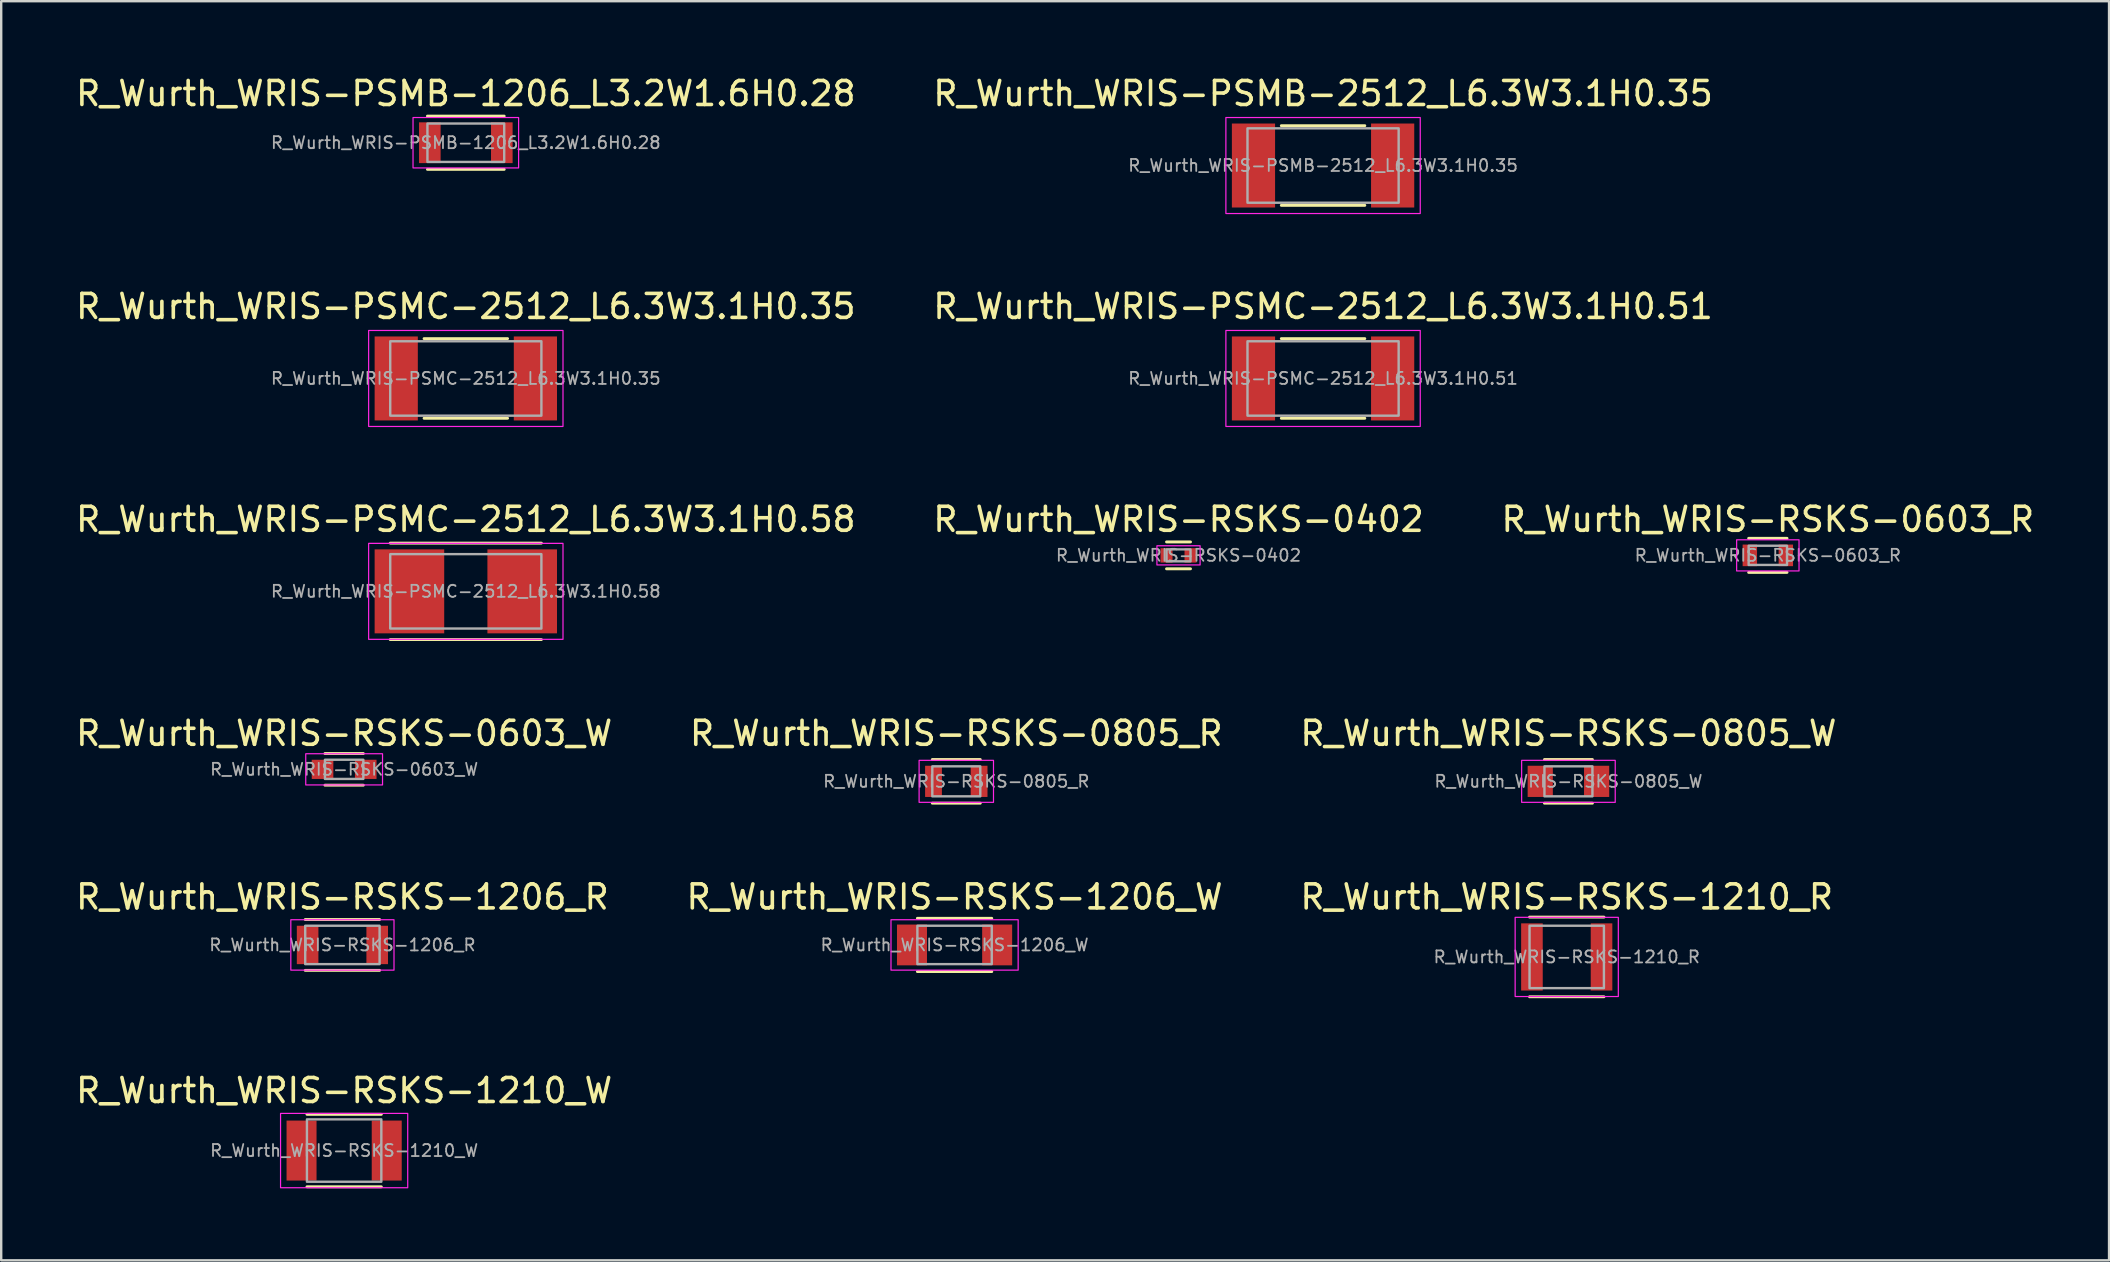
<source format=kicad_pcb>
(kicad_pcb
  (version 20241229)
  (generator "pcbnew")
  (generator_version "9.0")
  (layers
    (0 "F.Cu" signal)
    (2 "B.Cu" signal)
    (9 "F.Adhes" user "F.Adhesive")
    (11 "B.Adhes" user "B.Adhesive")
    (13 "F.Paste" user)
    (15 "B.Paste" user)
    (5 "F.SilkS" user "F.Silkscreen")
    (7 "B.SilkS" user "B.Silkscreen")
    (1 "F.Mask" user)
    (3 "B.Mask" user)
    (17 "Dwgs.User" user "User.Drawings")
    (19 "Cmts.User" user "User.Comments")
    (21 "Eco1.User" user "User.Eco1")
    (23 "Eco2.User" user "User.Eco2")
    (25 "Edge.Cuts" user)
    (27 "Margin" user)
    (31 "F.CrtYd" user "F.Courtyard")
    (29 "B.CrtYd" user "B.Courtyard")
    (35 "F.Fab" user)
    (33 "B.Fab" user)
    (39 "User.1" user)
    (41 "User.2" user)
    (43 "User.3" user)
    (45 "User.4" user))
  (footprint "R_Wurth_WRIS-RSKS-0603_R"
    (layer "F.Cu")
    (at 70.625 20.095)
    (property "Reference" "R_Wurth_WRIS-RSKS-0603_R" (at 0 -1.5 0) (unlocked yes) (layer "F.SilkS") (effects (font (size 1 1) (thickness 0.15))))
    (attr smd)
    (fp_line (start -0.8 -0.71) (end 0.8 -0.71) (stroke (width 0.12) (type solid)) (layer "F.SilkS"))
    (fp_line (start -0.8 0.71) (end 0.8 0.71) (stroke (width 0.12) (type solid)) (layer "F.SilkS"))
    (fp_rect (start -1.3 -0.65) (end 1.3 0.65) (stroke (width 0.05) (type solid)) (fill no) (layer "F.CrtYd"))
    (fp_rect (start -0.8 -0.4) (end 0.8 0.4) (stroke (width 0.1) (type default)) (fill no) (layer "F.Fab"))
    (fp_text user "${REFERENCE}" (at 0 0 0) (unlocked yes) (layer "F.Fab") (effects (font (size 0.5 0.5) (thickness 0.075))))
    (pad "1" smd rect (at -0.75 0) (size 0.6 0.9) (layers "F.Cu" "F.Mask" "F.Paste"))
    (pad "2" smd rect (at 0.75 0) (size 0.6 0.9) (layers "F.Cu" "F.Mask" "F.Paste")))
  (footprint "R_Wurth_WRIS-RSKS-1210_W"
    (layer "F.Cu")
    (at 11.292 44.9)
    (property "Reference" "R_Wurth_WRIS-RSKS-1210_W" (at 0 -2.5 0) (unlocked yes) (layer "F.SilkS") (effects (font (size 1 1) (thickness 0.15))))
    (attr smd)
    (fp_line (start -1.55 -1.51) (end 1.55 -1.51) (stroke (width 0.12) (type solid)) (layer "F.SilkS"))
    (fp_line (start -1.55 1.51) (end 1.55 1.51) (stroke (width 0.12) (type solid)) (layer "F.SilkS"))
    (fp_rect (start -2.65 -1.55) (end 2.65 1.55) (stroke (width 0.05) (type solid)) (fill no) (layer "F.CrtYd"))
    (fp_rect (start -1.55 -1.3) (end 1.55 1.3) (stroke (width 0.1) (type default)) (fill no) (layer "F.Fab"))
    (fp_text user "${REFERENCE}" (at 0 0 0) (unlocked yes) (layer "F.Fab") (effects (font (size 0.5 0.5) (thickness 0.075))))
    (pad "1" smd rect (at -1.775 0) (size 1.25 2.5) (layers "F.Cu" "F.Mask" "F.Paste"))
    (pad "2" smd rect (at 1.775 0) (size 1.25 2.5) (layers "F.Cu" "F.Mask" "F.Paste")))
  (footprint "R_Wurth_WRIS-RSKS-0805_R"
    (layer "F.Cu")
    (at 36.804 29.513)
    (property "Reference" "R_Wurth_WRIS-RSKS-0805_R" (at 0 -2 0) (unlocked yes) (layer "F.SilkS") (effects (font (size 1 1) (thickness 0.15))))
    (attr smd)
    (fp_line (start -1 -0.91) (end 1 -0.91) (stroke (width 0.12) (type solid)) (layer "F.SilkS"))
    (fp_line (start -1 0.91) (end 1 0.91) (stroke (width 0.12) (type solid)) (layer "F.SilkS"))
    (fp_rect (start -1.55 -0.875) (end 1.55 0.875) (stroke (width 0.05) (type solid)) (fill no) (layer "F.CrtYd"))
    (fp_rect (start -1 -0.625) (end 1 0.625) (stroke (width 0.1) (type default)) (fill no) (layer "F.Fab"))
    (fp_text user "${REFERENCE}" (at 0 0 0) (unlocked yes) (layer "F.Fab") (effects (font (size 0.5 0.5) (thickness 0.075))))
    (pad "1" smd rect (at -0.95 0) (size 0.7 1.3) (layers "F.Cu" "F.Mask" "F.Paste"))
    (pad "2" smd rect (at 0.95 0) (size 0.7 1.3) (layers "F.Cu" "F.Mask" "F.Paste")))
  (footprint "R_Wurth_WRIS-RSKS-1206_W"
    (layer "F.Cu")
    (at 36.732 36.331)
    (property "Reference" "R_Wurth_WRIS-RSKS-1206_W" (at 0 -2 0) (unlocked yes) (layer "F.SilkS") (effects (font (size 1 1) (thickness 0.15))))
    (attr smd)
    (fp_line (start -1.55 -1.11) (end 1.55 -1.11) (stroke (width 0.12) (type solid)) (layer "F.SilkS"))
    (fp_line (start -1.55 1.11) (end 1.55 1.11) (stroke (width 0.12) (type solid)) (layer "F.SilkS"))
    (fp_rect (start -2.65 -1.05) (end 2.65 1.05) (stroke (width 0.05) (type solid)) (fill no) (layer "F.CrtYd"))
    (fp_rect (start -1.55 -0.8) (end 1.55 0.8) (stroke (width 0.1) (type default)) (fill no) (layer "F.Fab"))
    (fp_text user "${REFERENCE}" (at 0 0 0) (unlocked yes) (layer "F.Fab") (effects (font (size 0.5 0.5) (thickness 0.075))))
    (pad "1" smd rect (at -1.775 0) (size 1.25 1.7) (layers "F.Cu" "F.Mask" "F.Paste"))
    (pad "2" smd rect (at 1.775 0) (size 1.25 1.7) (layers "F.Cu" "F.Mask" "F.Paste")))
  (footprint "R_Wurth_WRIS-PSMB-2512_L6.3W3.1H0.35"
    (layer "F.Cu")
    (at 52.089 3.848)
    (property "Reference" "R_Wurth_WRIS-PSMB-2512_L6.3W3.1H0.35" (at 0 -3 0) (unlocked yes) (layer "F.SilkS") (effects (font (size 1 1) (thickness 0.15))))
    (attr smd)
    (fp_line (start -1.74 -1.66) (end 1.74 -1.66) (stroke (width 0.12) (type solid)) (layer "F.SilkS"))
    (fp_line (start -1.74 1.66) (end 1.74 1.66) (stroke (width 0.12) (type solid)) (layer "F.SilkS"))
    (fp_rect (start -4.05 -2) (end 4.05 2) (stroke (width 0.05) (type solid)) (fill no) (layer "F.CrtYd"))
    (fp_rect (start -3.15 -1.55) (end 3.15 1.55) (stroke (width 0.1) (type solid)) (fill no) (layer "F.Fab"))
    (fp_text user "${REFERENCE}" (at 0 0 0) (unlocked yes) (layer "F.Fab") (effects (font (size 0.5 0.5) (thickness 0.075))))
    (pad "1" smd rect (at -2.9 0) (size 1.8 3.5) (layers "F.Cu" "F.Mask" "F.Paste"))
    (pad "2" smd rect (at 2.9 0) (size 1.8 3.5) (layers "F.Cu" "F.Mask" "F.Paste")))
  (footprint "R_Wurth_WRIS-PSMC-2512_L6.3W3.1H0.35"
    (layer "F.Cu")
    (at 16.363 12.722)
    (property "Reference" "R_Wurth_WRIS-PSMC-2512_L6.3W3.1H0.35" (at 0 -3 0) (unlocked yes) (layer "F.SilkS") (effects (font (size 1 1) (thickness 0.15))))
    (attr smd)
    (fp_line (start -1.74 -1.66) (end 1.74 -1.66) (stroke (width 0.12) (type solid)) (layer "F.SilkS"))
    (fp_line (start -1.74 1.66) (end 1.74 1.66) (stroke (width 0.12) (type solid)) (layer "F.SilkS"))
    (fp_rect (start -4.05 -2) (end 4.05 2) (stroke (width 0.05) (type solid)) (fill no) (layer "F.CrtYd"))
    (fp_rect (start -3.15 -1.55) (end 3.15 1.55) (stroke (width 0.1) (type solid)) (fill no) (layer "F.Fab"))
    (fp_text user "${REFERENCE}" (at 0 0 0) (unlocked yes) (layer "F.Fab") (effects (font (size 0.5 0.5) (thickness 0.075))))
    (pad "1" smd rect (at -2.9 0) (size 1.8 3.5) (layers "F.Cu" "F.Mask" "F.Paste"))
    (pad "2" smd rect (at 2.9 0) (size 1.8 3.5) (layers "F.Cu" "F.Mask" "F.Paste")))
  (footprint "R_Wurth_WRIS-PSMC-2512_L6.3W3.1H0.51"
    (layer "F.Cu")
    (at 52.089 12.722)
    (property "Reference" "R_Wurth_WRIS-PSMC-2512_L6.3W3.1H0.51" (at 0 -3 0) (unlocked yes) (layer "F.SilkS") (effects (font (size 1 1) (thickness 0.15))))
    (attr smd)
    (fp_line (start -1.74 -1.66) (end 1.74 -1.66) (stroke (width 0.12) (type solid)) (layer "F.SilkS"))
    (fp_line (start -1.74 1.66) (end 1.74 1.66) (stroke (width 0.12) (type solid)) (layer "F.SilkS"))
    (fp_rect (start -4.05 -2) (end 4.05 2) (stroke (width 0.05) (type solid)) (fill no) (layer "F.CrtYd"))
    (fp_rect (start -3.15 -1.55) (end 3.15 1.55) (stroke (width 0.1) (type solid)) (fill no) (layer "F.Fab"))
    (fp_text user "${REFERENCE}" (at 0 0 0) (unlocked yes) (layer "F.Fab") (effects (font (size 0.5 0.5) (thickness 0.075))))
    (pad "1" smd rect (at -2.9 0) (size 1.8 3.5) (layers "F.Cu" "F.Mask" "F.Paste"))
    (pad "2" smd rect (at 2.9 0) (size 1.8 3.5) (layers "F.Cu" "F.Mask" "F.Paste")))
  (footprint "R_Wurth_WRIS-PSMB-1206_L3.2W1.6H0.28"
    (layer "F.Cu")
    (at 16.363 2.898)
    (property "Reference" "R_Wurth_WRIS-PSMB-1206_L3.2W1.6H0.28" (at 0 -2.05 0) (unlocked yes) (layer "F.SilkS") (effects (font (size 1 1) (thickness 0.15))))
    (attr smd)
    (fp_line (start -1.6 -1.11) (end 1.6 -1.11) (stroke (width 0.12) (type solid)) (layer "F.SilkS"))
    (fp_line (start -1.6 1.11) (end 1.6 1.11) (stroke (width 0.12) (type solid)) (layer "F.SilkS"))
    (fp_rect (start -2.2 -1.05) (end 2.2 1.05) (stroke (width 0.05) (type solid)) (fill no) (layer "F.CrtYd"))
    (fp_rect (start -1.6 -0.8) (end 1.6 0.8) (stroke (width 0.1) (type solid)) (fill no) (layer "F.Fab"))
    (fp_text user "${REFERENCE}" (at 0 0 0) (unlocked yes) (layer "F.Fab") (effects (font (size 0.5 0.5) (thickness 0.075))))
    (pad "1" smd rect (at -1.5 0) (size 0.9 1.7) (layers "F.Cu" "F.Mask" "F.Paste"))
    (pad "2" smd rect (at 1.5 0) (size 0.9 1.7) (layers "F.Cu" "F.Mask" "F.Paste")))
  (footprint "R_Wurth_WRIS-RSKS-0805_W"
    (layer "F.Cu")
    (at 62.315 29.513)
    (property "Reference" "R_Wurth_WRIS-RSKS-0805_W" (at 0 -2 0) (unlocked yes) (layer "F.SilkS") (effects (font (size 1 1) (thickness 0.15))))
    (attr smd)
    (fp_line (start -1 -0.91) (end 1 -0.91) (stroke (width 0.12) (type solid)) (layer "F.SilkS"))
    (fp_line (start -1 0.91) (end 1 0.91) (stroke (width 0.12) (type solid)) (layer "F.SilkS"))
    (fp_rect (start -1.95 -0.875) (end 1.95 0.875) (stroke (width 0.05) (type solid)) (fill no) (layer "F.CrtYd"))
    (fp_rect (start -1 -0.625) (end 1 0.625) (stroke (width 0.1) (type default)) (fill no) (layer "F.Fab"))
    (fp_text user "${REFERENCE}" (at 0 0 0) (unlocked yes) (layer "F.Fab") (effects (font (size 0.5 0.5) (thickness 0.075))))
    (pad "1" smd rect (at -1.175 0) (size 1.05 1.3) (layers "F.Cu" "F.Mask" "F.Paste"))
    (pad "2" smd rect (at 1.175 0) (size 1.05 1.3) (layers "F.Cu" "F.Mask" "F.Paste")))
  (footprint "R_Wurth_WRIS-RSKS-1210_R"
    (layer "F.Cu")
    (at 62.244 36.831)
    (property "Reference" "R_Wurth_WRIS-RSKS-1210_R" (at 0 -2.5 0) (unlocked yes) (layer "F.SilkS") (effects (font (size 1 1) (thickness 0.15))))
    (attr smd)
    (fp_line (start -1.55 -1.66) (end 1.55 -1.66) (stroke (width 0.12) (type solid)) (layer "F.SilkS"))
    (fp_line (start -1.55 1.66) (end 1.55 1.66) (stroke (width 0.12) (type solid)) (layer "F.SilkS"))
    (fp_rect (start -2.15 -1.65) (end 2.15 1.65) (stroke (width 0.05) (type solid)) (fill no) (layer "F.CrtYd"))
    (fp_rect (start -1.55 -1.3) (end 1.55 1.3) (stroke (width 0.1) (type default)) (fill no) (layer "F.Fab"))
    (fp_text user "${REFERENCE}" (at 0 0 0) (unlocked yes) (layer "F.Fab") (effects (font (size 0.5 0.5) (thickness 0.075))))
    (pad "1" smd rect (at -1.45 0) (size 0.9 2.8) (layers "F.Cu" "F.Mask" "F.Paste"))
    (pad "2" smd rect (at 1.45 0) (size 0.9 2.8) (layers "F.Cu" "F.Mask" "F.Paste")))
  (footprint "R_Wurth_WRIS-RSKS-0603_W"
    (layer "F.Cu")
    (at 11.292 29.013)
    (property "Reference" "R_Wurth_WRIS-RSKS-0603_W" (at 0 -1.5 0) (unlocked yes) (layer "F.SilkS") (effects (font (size 1 1) (thickness 0.15))))
    (attr smd)
    (fp_line (start -0.8 -0.66) (end 0.8 -0.66) (stroke (width 0.12) (type solid)) (layer "F.SilkS"))
    (fp_line (start -0.8 0.66) (end 0.8 0.66) (stroke (width 0.12) (type solid)) (layer "F.SilkS"))
    (fp_rect (start -1.6 -0.65) (end 1.6 0.65) (stroke (width 0.05) (type solid)) (fill no) (layer "F.CrtYd"))
    (fp_rect (start -0.8 -0.4) (end 0.8 0.4) (stroke (width 0.1) (type default)) (fill no) (layer "F.Fab"))
    (fp_text user "${REFERENCE}" (at 0 0 0) (unlocked yes) (layer "F.Fab") (effects (font (size 0.5 0.5) (thickness 0.075))))
    (pad "1" smd rect (at -0.9 0) (size 0.9 0.8) (layers "F.Cu" "F.Mask" "F.Paste"))
    (pad "2" smd rect (at 0.9 0) (size 0.9 0.8) (layers "F.Cu" "F.Mask" "F.Paste")))
  (footprint "R_Wurth_WRIS-RSKS-1206_R"
    (layer "F.Cu")
    (at 11.22 36.331)
    (property "Reference" "R_Wurth_WRIS-RSKS-1206_R" (at 0 -2 0) (unlocked yes) (layer "F.SilkS") (effects (font (size 1 1) (thickness 0.15))))
    (attr smd)
    (fp_line (start -1.55 -1.06) (end 1.55 -1.06) (stroke (width 0.12) (type solid)) (layer "F.SilkS"))
    (fp_line (start -1.55 1.06) (end 1.55 1.06) (stroke (width 0.12) (type solid)) (layer "F.SilkS"))
    (fp_rect (start -2.15 -1.05) (end 2.15 1.05) (stroke (width 0.05) (type solid)) (fill no) (layer "F.CrtYd"))
    (fp_rect (start -1.55 -0.8) (end 1.55 0.8) (stroke (width 0.1) (type default)) (fill no) (layer "F.Fab"))
    (fp_text user "${REFERENCE}" (at 0 0 0) (unlocked yes) (layer "F.Fab") (effects (font (size 0.5 0.5) (thickness 0.075))))
    (pad "1" smd rect (at -1.45 0) (size 0.9 1.6) (layers "F.Cu" "F.Mask" "F.Paste"))
    (pad "2" smd rect (at 1.45 0) (size 0.9 1.6) (layers "F.Cu" "F.Mask" "F.Paste")))
  (footprint "R_Wurth_WRIS-PSMC-2512_L6.3W3.1H0.58"
    (layer "F.Cu")
    (at 16.363 21.595)
    (property "Reference" "R_Wurth_WRIS-PSMC-2512_L6.3W3.1H0.58" (at 0 -3 0) (unlocked yes) (layer "F.SilkS") (effects (font (size 1 1) (thickness 0.15))))
    (attr smd)
    (fp_line (start -3.15 -2.01) (end 3.15 -2.01) (stroke (width 0.12) (type solid)) (layer "F.SilkS"))
    (fp_line (start -3.15 2.01) (end 3.15 2.01) (stroke (width 0.12) (type solid)) (layer "F.SilkS"))
    (fp_rect (start -4.05 -2) (end 4.05 2) (stroke (width 0.05) (type solid)) (fill no) (layer "F.CrtYd"))
    (fp_rect (start -3.15 -1.55) (end 3.15 1.55) (stroke (width 0.1) (type solid)) (fill no) (layer "F.Fab"))
    (fp_text user "${REFERENCE}" (at 0 0 0) (unlocked yes) (layer "F.Fab") (effects (font (size 0.5 0.5) (thickness 0.075))))
    (pad "1" smd rect (at -2.35 0) (size 2.9 3.5) (layers "F.Cu" "F.Mask" "F.Paste"))
    (pad "2" smd rect (at 2.35 0) (size 2.9 3.5) (layers "F.Cu" "F.Mask" "F.Paste")))
  (footprint "R_Wurth_WRIS-RSKS-0402"
    (layer "F.Cu")
    (at 46.065 20.095)
    (property "Reference" "R_Wurth_WRIS-RSKS-0402" (at 0 -1.5 0) (unlocked yes) (layer "F.SilkS") (effects (font (size 1 1) (thickness 0.15))))
    (attr smd)
    (fp_line (start -0.5 -0.56) (end 0.5 -0.56) (stroke (width 0.12) (type solid)) (layer "F.SilkS"))
    (fp_line (start -0.5 0.56) (end 0.5 0.56) (stroke (width 0.12) (type solid)) (layer "F.SilkS"))
    (fp_rect (start -0.9 -0.4) (end 0.9 0.4) (stroke (width 0.05) (type solid)) (fill no) (layer "F.CrtYd"))
    (fp_rect (start -0.5 -0.25) (end 0.5 0.25) (stroke (width 0.1) (type default)) (fill no) (layer "F.Fab"))
    (fp_text user "${REFERENCE}" (at 0 0 0) (unlocked yes) (layer "F.Fab") (effects (font (size 0.5 0.5) (thickness 0.075))))
    (pad "1" smd rect (at -0.5 0) (size 0.5 0.6) (layers "F.Cu" "F.Mask" "F.Paste"))
    (pad "2" smd rect (at 0.5 0) (size 0.5 0.6) (layers "F.Cu" "F.Mask" "F.Paste")))
  (gr_rect
    (start -3 -3)
    (end 84.845 49.474)
    (stroke (width 0.1) (type default))
    (fill no)
    (layer "Edge.Cuts")))
</source>
